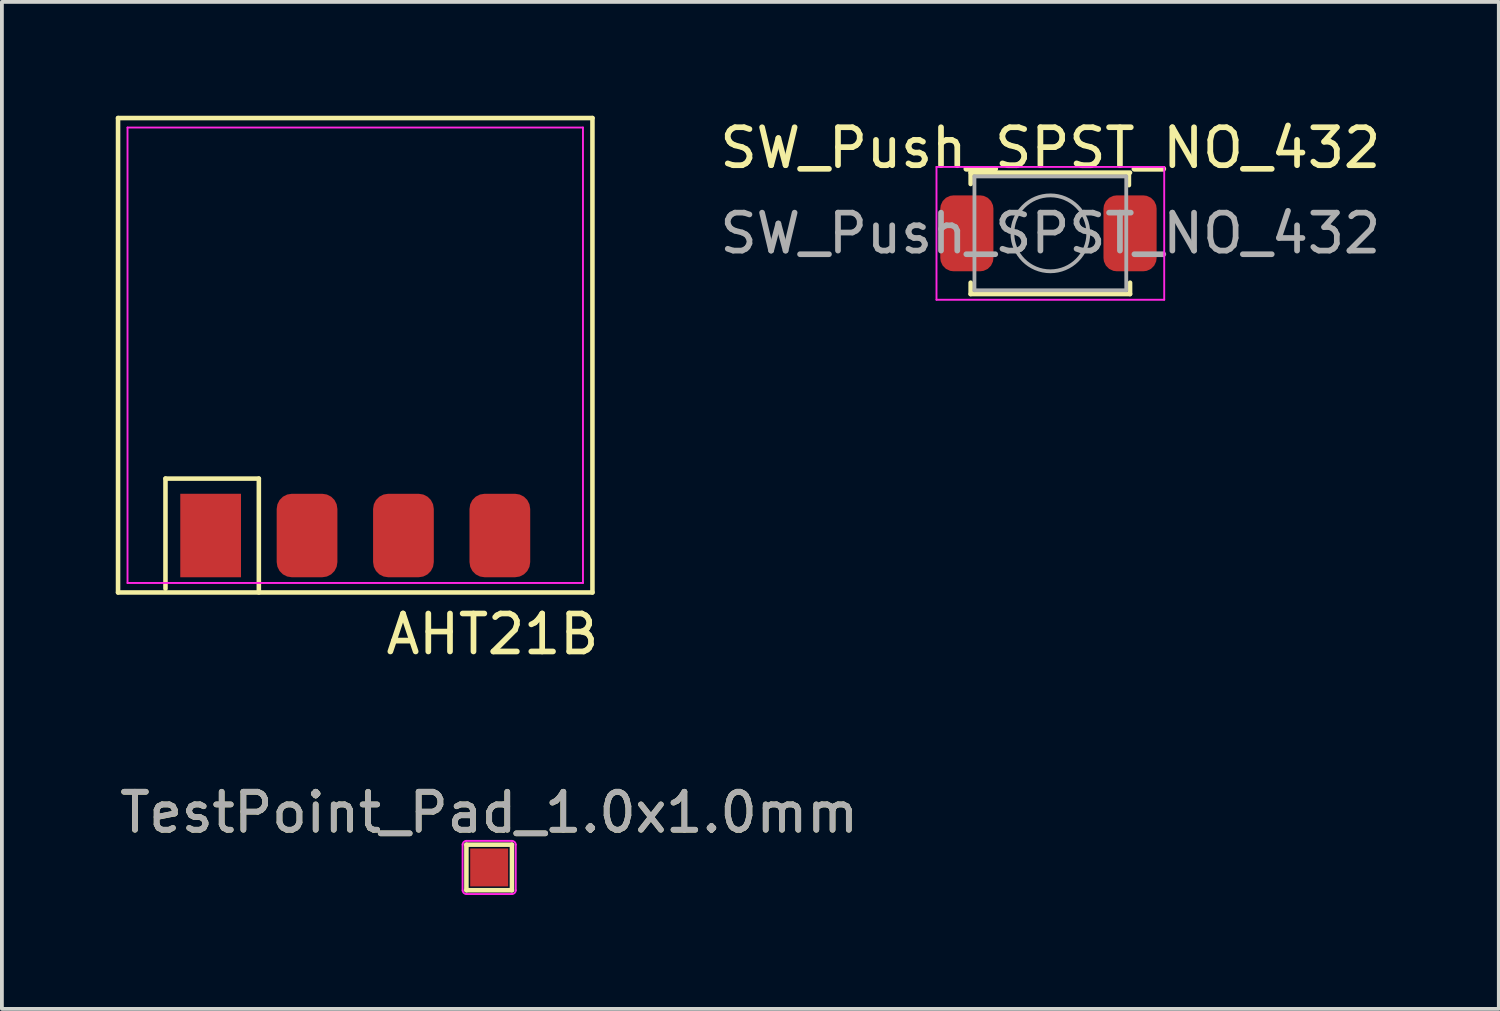
<source format=kicad_pcb>
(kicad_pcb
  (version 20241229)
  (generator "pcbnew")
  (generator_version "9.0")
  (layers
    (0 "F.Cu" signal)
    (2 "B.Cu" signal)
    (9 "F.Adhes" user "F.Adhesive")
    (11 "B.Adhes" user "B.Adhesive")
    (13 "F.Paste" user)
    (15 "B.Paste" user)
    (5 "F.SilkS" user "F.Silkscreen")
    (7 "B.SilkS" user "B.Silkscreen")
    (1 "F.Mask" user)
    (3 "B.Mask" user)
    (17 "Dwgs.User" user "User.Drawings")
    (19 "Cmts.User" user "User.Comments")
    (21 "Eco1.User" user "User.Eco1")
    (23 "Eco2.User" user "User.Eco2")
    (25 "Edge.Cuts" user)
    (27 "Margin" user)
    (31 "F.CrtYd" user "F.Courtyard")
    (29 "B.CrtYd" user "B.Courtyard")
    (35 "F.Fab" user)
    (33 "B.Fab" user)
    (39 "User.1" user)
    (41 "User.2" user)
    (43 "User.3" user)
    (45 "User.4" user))
  (footprint "AHT21B"
    (layer "F.Cu")
    (at 6.31 11.06)
    (property "Reference" "AHT21B" (at 6.5 2.6 0) (layer "F.SilkS") (effects (font (size 1 1) (thickness 0.15)) (justify right)))
    (attr through_hole)
    (fp_line (start -6.25 -11) (end 6.25 -11) (stroke (width 0.12) (type default)) (layer "F.SilkS"))
    (fp_line (start -6.25 1.5) (end -6.25 -11) (stroke (width 0.12) (type default)) (layer "F.SilkS"))
    (fp_line (start -5 -1.5) (end -5 1.4) (stroke (width 0.12) (type default)) (layer "F.SilkS"))
    (fp_line (start -5 -1.5) (end -2.54 -1.5) (stroke (width 0.12) (type default)) (layer "F.SilkS"))
    (fp_line (start -2.54 -1.5) (end -2.54 1.5) (stroke (width 0.12) (type default)) (layer "F.SilkS"))
    (fp_line (start 6.25 -11) (end 6.25 1.5) (stroke (width 0.12) (type default)) (layer "F.SilkS"))
    (fp_line (start 6.25 1.5) (end -6.25 1.5) (stroke (width 0.12) (type default)) (layer "F.SilkS"))
    (fp_line (start -6 -10.75) (end 6 -10.75) (stroke (width 0.05) (type default)) (layer "F.CrtYd"))
    (fp_line (start -6 1.25) (end -6 -10.75) (stroke (width 0.05) (type default)) (layer "F.CrtYd"))
    (fp_line (start 6 -10.75) (end 6 1.25) (stroke (width 0.05) (type default)) (layer "F.CrtYd"))
    (fp_line (start 6 1.25) (end -6 1.25) (stroke (width 0.05) (type default)) (layer "F.CrtYd"))
    (pad "1" smd rect (at -3.81 0) (size 1.6 2.2) (layers "F.Cu" "F.Mask" "F.Paste"))
    (pad "2" smd roundrect (at -1.27 0) (size 1.6 2.2) (layers "F.Cu" "F.Mask" "F.Paste") (roundrect_rratio 0.25))
    (pad "3" smd roundrect (at 1.27 0) (size 1.6 2.2) (layers "F.Cu" "F.Mask" "F.Paste") (roundrect_rratio 0.25))
    (pad "4" smd roundrect (at 3.81 0) (size 1.6 2.2) (layers "F.Cu" "F.Mask" "F.Paste") (roundrect_rratio 0.25)))
  (footprint "TestPoint_Pad_1.0x1.0mm"
    (layer "F.Cu")
    (at 9.839 19.806)
    (property "Reference" "TestPoint_Pad_1.0x1.0mm" (at 0 -1.448 0) (layer "F.SilkS") (effects (font (size 1 1) (thickness 0.15))))
    (attr exclude_from_pos_files exclude_from_bom)
    (fp_line (start -0.6 -0.6) (end 0.6 -0.6) (stroke (width 0.12) (type solid)) (layer "F.SilkS"))
    (fp_line (start -0.6 0.6) (end -0.6 -0.6) (stroke (width 0.12) (type solid)) (layer "F.SilkS"))
    (fp_line (start 0.6 -0.6) (end 0.6 0.6) (stroke (width 0.12) (type solid)) (layer "F.SilkS"))
    (fp_line (start 0.6 0.6) (end -0.6 0.6) (stroke (width 0.12) (type solid)) (layer "F.SilkS"))
    (fp_line (start -0.7 -0.6) (end -0.7 0.6) (stroke (width 0.05) (type default)) (layer "F.CrtYd"))
    (fp_line (start -0.6 0.7) (end 0.6 0.7) (stroke (width 0.05) (type default)) (layer "F.CrtYd"))
    (fp_line (start 0.6 -0.7) (end -0.6 -0.7) (stroke (width 0.05) (type default)) (layer "F.CrtYd"))
    (fp_line (start 0.7 0.6) (end 0.7 -0.6) (stroke (width 0.05) (type default)) (layer "F.CrtYd"))
    (fp_arc (start -0.7 -0.6) (mid -0.670711 -0.670711) (end -0.6 -0.7) (stroke (width 0.05) (type default)) (layer "F.CrtYd"))
    (fp_arc (start -0.6 0.7) (mid -0.670711 0.670711) (end -0.7 0.6) (stroke (width 0.05) (type default)) (layer "F.CrtYd"))
    (fp_arc (start 0.6 -0.7) (mid 0.670711 -0.670711) (end 0.7 -0.6) (stroke (width 0.05) (type default)) (layer "F.CrtYd"))
    (fp_arc (start 0.7 0.6) (mid 0.670711 0.670711) (end 0.6 0.7) (stroke (width 0.05) (type default)) (layer "F.CrtYd"))
    (fp_text user "${REFERENCE}" (at 0 -1.45 0) (layer "F.Fab") (effects (font (size 1 1) (thickness 0.15))))
    (pad "1" smd rect (at 0 0) (size 1 1) (layers "F.Cu" "F.Mask")))
  (footprint "SW_Push_SPST_NO_432"
    (layer "F.Cu")
    (at 24.625 3.098)
    (property "Reference" "SW_Push_SPST_NO_432" (at 0 -2.25 0) (layer "F.SilkS") (effects (font (size 1 1) (thickness 0.15))))
    (attr smd)
    (fp_line (start -2.1 -1.6) (end 2.1 -1.6) (stroke (width 0.12) (type solid)) (layer "F.SilkS"))
    (fp_line (start -2.1 -1.3) (end -2.1 -1.6) (stroke (width 0.12) (type solid)) (layer "F.SilkS"))
    (fp_line (start -2.1 1.6) (end -2.1 1.3) (stroke (width 0.12) (type solid)) (layer "F.SilkS"))
    (fp_line (start 2.07 -1.57) (end 2.07 -1.27) (stroke (width 0.12) (type solid)) (layer "F.SilkS"))
    (fp_line (start 2.1 1.3) (end 2.1 1.6) (stroke (width 0.12) (type solid)) (layer "F.SilkS"))
    (fp_line (start 2.1 1.6) (end -2.1 1.6) (stroke (width 0.12) (type solid)) (layer "F.SilkS"))
    (fp_line (start -3 -1.75) (end 3 -1.75) (stroke (width 0.05) (type solid)) (layer "F.CrtYd"))
    (fp_line (start -3 1.75) (end -3 -1.75) (stroke (width 0.05) (type solid)) (layer "F.CrtYd"))
    (fp_line (start 3 -1.75) (end 3 1.75) (stroke (width 0.05) (type solid)) (layer "F.CrtYd"))
    (fp_line (start 3 1.75) (end -3 1.75) (stroke (width 0.05) (type solid)) (layer "F.CrtYd"))
    (fp_line (start -2 -1.5) (end 2 -1.5) (stroke (width 0.1) (type solid)) (layer "F.Fab"))
    (fp_line (start -2 1.5) (end -2 -1.5) (stroke (width 0.1) (type solid)) (layer "F.Fab"))
    (fp_line (start 2 -1.5) (end 2 1.5) (stroke (width 0.1) (type solid)) (layer "F.Fab"))
    (fp_line (start 2 1.5) (end -2 1.5) (stroke (width 0.1) (type solid)) (layer "F.Fab"))
    (fp_circle (center 0 0) (end 1 0) (stroke (width 0.1) (type solid)) (fill no) (layer "F.Fab"))
    (fp_text user "${REFERENCE}" (at 0 0 0) (layer "F.Fab") (effects (font (size 1 1) (thickness 0.15))))
    (pad "1" smd roundrect (at -2.2 0) (size 1.4 2) (layers "F.Cu" "F.Mask" "F.Paste") (roundrect_rratio 0.25))
    (pad "2" smd roundrect (at 2.1 0) (size 1.4 2) (layers "F.Cu" "F.Mask" "F.Paste") (roundrect_rratio 0.25)))
  (gr_rect
    (start -3 -3)
    (end 36.441 23.532)
    (stroke (width 0.1) (type default))
    (fill no)
    (layer "Edge.Cuts")))
</source>
